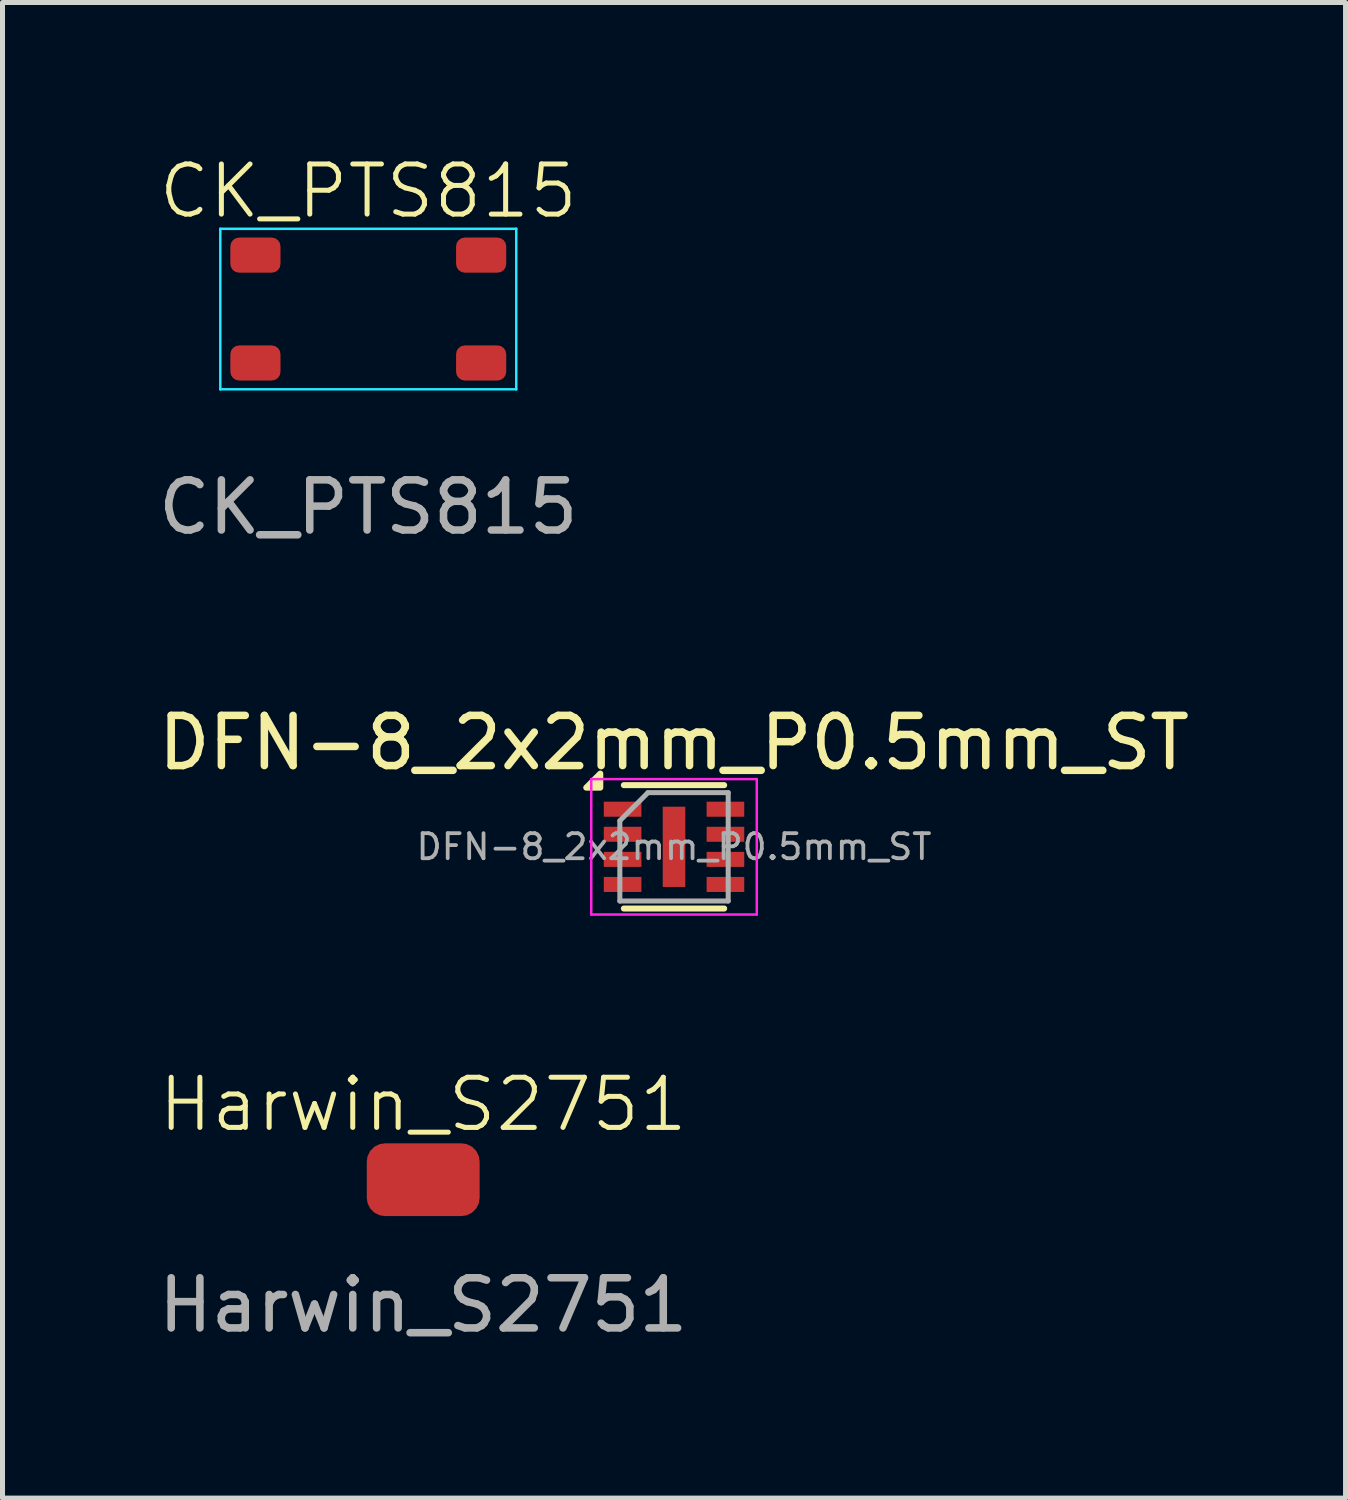
<source format=kicad_pcb>
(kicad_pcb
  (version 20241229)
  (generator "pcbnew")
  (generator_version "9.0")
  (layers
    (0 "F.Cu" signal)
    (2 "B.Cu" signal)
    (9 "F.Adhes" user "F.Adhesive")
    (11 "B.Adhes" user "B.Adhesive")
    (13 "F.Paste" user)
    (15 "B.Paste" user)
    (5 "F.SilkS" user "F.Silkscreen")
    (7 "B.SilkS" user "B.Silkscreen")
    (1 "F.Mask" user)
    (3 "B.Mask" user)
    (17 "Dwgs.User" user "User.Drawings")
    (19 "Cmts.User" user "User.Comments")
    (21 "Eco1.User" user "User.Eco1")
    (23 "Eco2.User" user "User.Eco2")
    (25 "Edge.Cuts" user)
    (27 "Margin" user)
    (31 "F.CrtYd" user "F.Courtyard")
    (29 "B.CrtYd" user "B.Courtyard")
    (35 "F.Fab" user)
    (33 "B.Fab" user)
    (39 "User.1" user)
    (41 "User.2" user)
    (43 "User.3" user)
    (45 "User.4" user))
  (footprint "DFN-8_2x2mm_P0.5mm_ST"
    (layer "F.Cu")
    (at 10.387 13.832)
    (property "Reference" "DFN-8_2x2mm_P0.5mm_ST" (at 0 -2.075 0) (layer "F.SilkS") (effects (font (size 1 1) (thickness 0.15))))
    (attr smd)
    (fp_line (start -1 -1.23) (end 1 -1.23) (stroke (width 0.12) (type solid)) (layer "F.SilkS"))
    (fp_line (start -1 1.23) (end 1 1.23) (stroke (width 0.12) (type solid)) (layer "F.SilkS"))
    (fp_poly (pts (xy -1.47 -1.18) (xy -1.75 -1.18) (xy -1.47 -1.46) (xy -1.47 -1.18)) (stroke (width 0.12) (type solid)) (fill yes) (layer "F.SilkS"))
    (fp_line (start -1.65 -1.35) (end -1.65 1.35) (stroke (width 0.05) (type solid)) (layer "F.CrtYd"))
    (fp_line (start -1.65 -1.35) (end 1.65 -1.35) (stroke (width 0.05) (type solid)) (layer "F.CrtYd"))
    (fp_line (start -1.65 1.35) (end 1.65 1.35) (stroke (width 0.05) (type solid)) (layer "F.CrtYd"))
    (fp_line (start 1.65 -1.35) (end 1.65 1.35) (stroke (width 0.05) (type solid)) (layer "F.CrtYd"))
    (fp_line (start -1.08 -0.52) (end -0.52 -1.08) (stroke (width 0.1) (type solid)) (layer "F.Fab"))
    (fp_line (start -1.08 1.08) (end -1.08 -0.52) (stroke (width 0.1) (type solid)) (layer "F.Fab"))
    (fp_line (start -0.52 -1.08) (end 1.08 -1.08) (stroke (width 0.1) (type solid)) (layer "F.Fab"))
    (fp_line (start 1.08 -1.08) (end 1.08 1.08) (stroke (width 0.1) (type solid)) (layer "F.Fab"))
    (fp_line (start 1.08 1.08) (end -1.08 1.08) (stroke (width 0.1) (type solid)) (layer "F.Fab"))
    (fp_text user "${REFERENCE}" (at 0 0 0) (layer "F.Fab") (effects (font (size 0.5 0.5) (thickness 0.075))))
    (pad "1" smd rect (at -1.025 -0.75) (size 0.75 0.3) (layers "F.Cu" "F.Mask" "F.Paste"))
    (pad "2" smd rect (at -1.025 -0.25) (size 0.75 0.3) (layers "F.Cu" "F.Mask" "F.Paste"))
    (pad "3" smd rect (at -1.025 0.25) (size 0.75 0.3) (layers "F.Cu" "F.Mask" "F.Paste"))
    (pad "4" smd rect (at -1.025 0.75) (size 0.75 0.3) (layers "F.Cu" "F.Mask" "F.Paste"))
    (pad "5" smd rect (at 1.025 0.75) (size 0.75 0.3) (layers "F.Cu" "F.Mask" "F.Paste"))
    (pad "6" smd rect (at 1.025 0.25) (size 0.75 0.3) (layers "F.Cu" "F.Mask" "F.Paste"))
    (pad "7" smd rect (at 1.025 -0.25) (size 0.75 0.3) (layers "F.Cu" "F.Mask" "F.Paste"))
    (pad "8" smd rect (at 1.025 -0.75) (size 0.75 0.3) (layers "F.Cu" "F.Mask" "F.Paste"))
    (pad "9" smd rect (at 0 0) (size 0.45 1.6) (layers "F.Cu" "F.Mask" "F.Paste")))
  (footprint "CK_PTS815"
    (layer "F.Cu")
    (at 4.292 3.111)
    (property "Reference" "CK_PTS815" (at 0 -2.35 0) (unlocked yes) (layer "F.SilkS") (effects (font (size 1 1) (thickness 0.1))))
    (attr smd)
    (fp_line (start -2.95 -1.6) (end 2.95 -1.6) (stroke (width 0.05) (type default)) (layer "B.CrtYd"))
    (fp_line (start -2.95 1.6) (end -2.95 -1.6) (stroke (width 0.05) (type default)) (layer "B.CrtYd"))
    (fp_line (start 2.95 -1.6) (end 2.95 1.6) (stroke (width 0.05) (type default)) (layer "B.CrtYd"))
    (fp_line (start 2.95 1.6) (end -2.95 1.6) (stroke (width 0.05) (type default)) (layer "B.CrtYd"))
    (fp_text user "${REFERENCE}" (at 0 3.95 0) (unlocked yes) (layer "F.Fab") (effects (font (size 1 1) (thickness 0.15))))
    (pad "1" smd roundrect (at -2.25 -1.075) (size 1 0.7) (layers "F.Cu" "F.Mask" "F.Paste") (roundrect_rratio 0.25))
    (pad "1" smd roundrect (at 2.25 -1.075) (size 1 0.7) (layers "F.Cu" "F.Mask" "F.Paste") (roundrect_rratio 0.25))
    (pad "2" smd roundrect (at -2.25 1.075) (size 1 0.7) (layers "F.Cu" "F.Mask" "F.Paste") (roundrect_rratio 0.25))
    (pad "2" smd roundrect (at 2.25 1.075) (size 1 0.7) (layers "F.Cu" "F.Mask" "F.Paste") (roundrect_rratio 0.25)))
  (footprint "Harwin_S2751"
    (layer "F.Cu")
    (at 5.387 20.468)
    (property "Reference" "Harwin_S2751" (at 0 -1.5 0) (unlocked yes) (layer "F.SilkS") (effects (font (size 1 1) (thickness 0.1))))
    (attr smd)
    (fp_text user "${REFERENCE}" (at 0 2.5 0) (unlocked yes) (layer "F.Fab") (effects (font (size 1 1) (thickness 0.15))))
    (pad "1" smd roundrect (at 0 0) (size 2.25 1.45) (layers "F.Cu" "F.Mask" "F.Paste") (roundrect_rratio 0.25)))
  (gr_rect
    (start -3 -3)
    (end 23.774 26.816)
    (stroke (width 0.1) (type default))
    (fill no)
    (layer "Edge.Cuts")))
</source>
